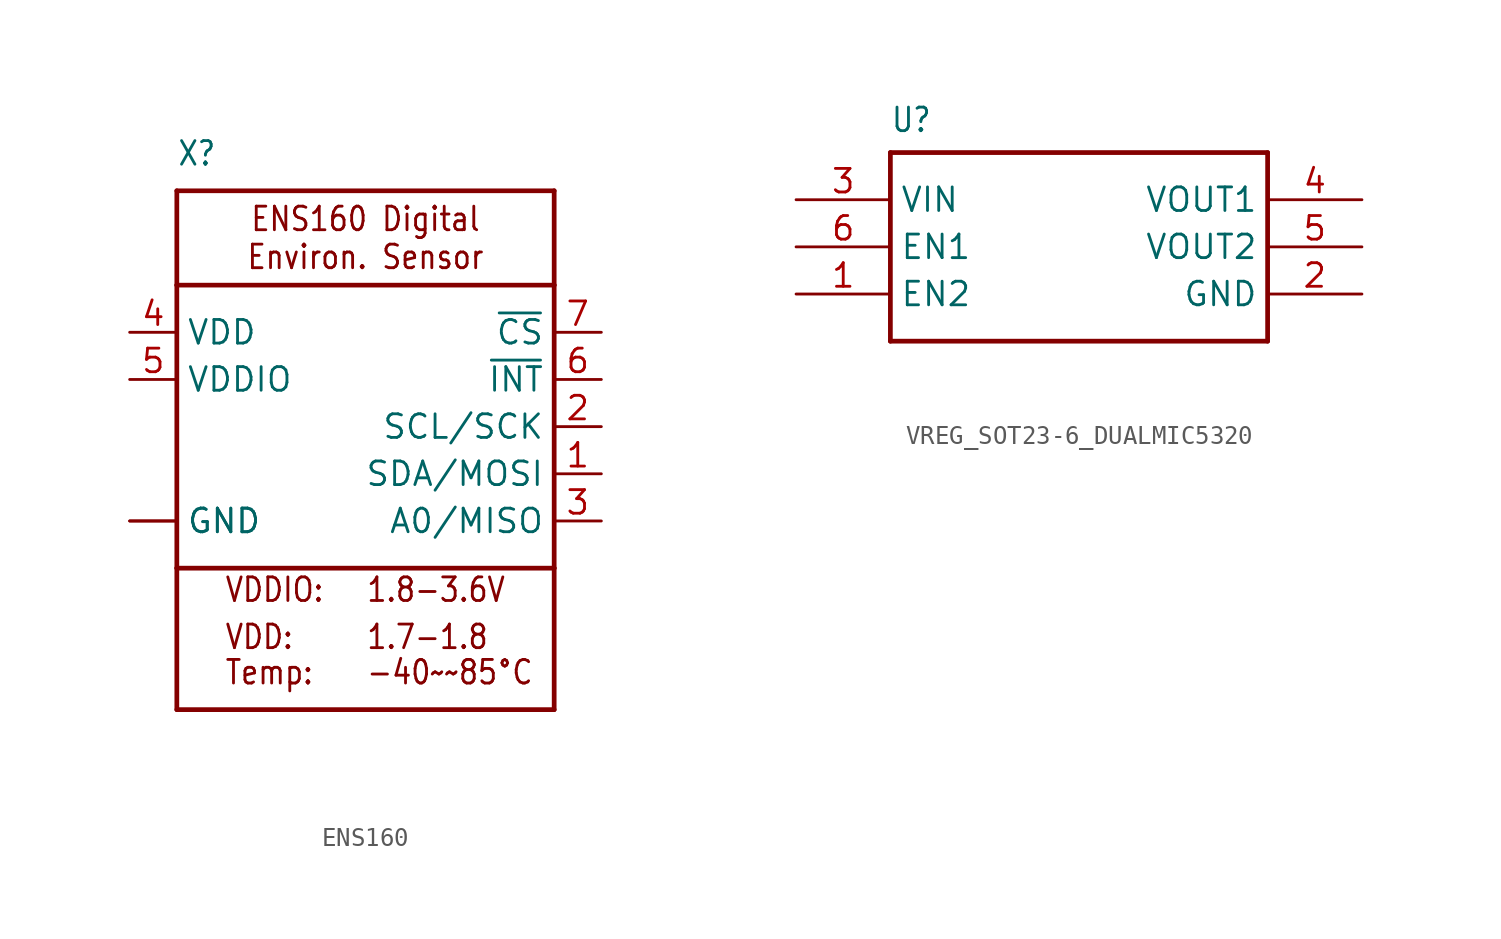
<source format=kicad_sym>
(kicad_symbol_lib
  (version 20220914)
  (generator kicad_symbol_editor)
  (symbol "ENS160"
    (property "Reference" "X"
      (at -10.16 13.97 0)
      (effects (font (size 1.27 1.079)) (justify left bottom)))
    (property "Value" ""
      (at -10.16 -17.78 0)
      (effects (font (size 1.27 1.079)) (justify left bottom)))
    (property "ki_locked" ""
      (at 0 0 0)
      (effects (font (size 1.27 1.27))))
    (symbol "ENS160_1_0"
      (polyline (pts (xy -10.16 -7.62) (xy -10.16 -15.24)) (stroke (width 0.254) (type solid)) (fill (type none)))
      (polyline (pts (xy -10.16 -7.62) (xy -10.16 7.62)) (stroke (width 0.254) (type solid)) (fill (type none)))
      (polyline (pts (xy -10.16 7.62) (xy 10.16 7.62)) (stroke (width 0.254) (type solid)) (fill (type none)))
      (polyline (pts (xy -10.16 12.7) (xy -10.16 7.62)) (stroke (width 0.254) (type solid)) (fill (type none)))
      (polyline (pts (xy -10.16 12.7) (xy 10.16 12.7)) (stroke (width 0.254) (type solid)) (fill (type none)))
      (polyline (pts (xy 10.16 -15.24) (xy -10.16 -15.24)) (stroke (width 0.254) (type solid)) (fill (type none)))
      (polyline (pts (xy 10.16 -7.62) (xy -10.16 -7.62)) (stroke (width 0.254) (type solid)) (fill (type none)))
      (polyline (pts (xy 10.16 -7.62) (xy 10.16 -15.24)) (stroke (width 0.254) (type solid)) (fill (type none)))
      (polyline (pts (xy 10.16 7.62) (xy 10.16 -7.62)) (stroke (width 0.254) (type solid)) (fill (type none)))
      (polyline (pts (xy 10.16 12.7) (xy 10.16 7.62)) (stroke (width 0.254) (type solid)) (fill (type none)))
      (text "-40~~85°C" (at 0 -13.97 0) (effects (font (size 1.27 1.079)) (justify left bottom)))
      (text "1.7-1.8" (at 0 -12.065 0) (effects (font (size 1.27 1.079)) (justify left bottom)))
      (text "1.8-3.6V" (at 0 -9.525 0) (effects (font (size 1.27 1.079)) (justify left bottom)))
      (text "ENS160 Digital\nEnviron. Sensor" (at 0 10.16 0) (effects (font (size 1.27 1.079))))
      (text "Temp:" (at -7.62 -13.97 0) (effects (font (size 1.27 1.079)) (justify left bottom)))
      (text "VDD:" (at -7.62 -12.065 0) (effects (font (size 1.27 1.079)) (justify left bottom)))
      (text "VDDIO:" (at -7.62 -9.525 0) (effects (font (size 1.27 1.079)) (justify left bottom)))
      (pin input line (at 12.7 -2.54 180) (length 2.54) (name "SDA/MOSI" (effects (font (size 1.27 1.27)))) (number "1" (effects (font (size 1.27 1.27)))))
      (pin input line (at 12.7 0 180) (length 2.54) (name "SCL/SCK" (effects (font (size 1.27 1.27)))) (number "2" (effects (font (size 1.27 1.27)))))
      (pin output line (at 12.7 -5.08 180) (length 2.54) (name "A0/MISO" (effects (font (size 1.27 1.27)))) (number "3" (effects (font (size 1.27 1.27)))))
      (pin power_in line (at -12.7 5.08 0) (length 2.54) (name "VDD" (effects (font (size 1.27 1.27)))) (number "4" (effects (font (size 1.27 1.27)))))
      (pin power_in line (at -12.7 2.54 0) (length 2.54) (name "VDDIO" (effects (font (size 1.27 1.27)))) (number "5" (effects (font (size 1.27 1.27)))))
      (pin output line (at 12.7 2.54 180) (length 2.54) (name "~{INT}" (effects (font (size 1.27 1.27)))) (number "6" (effects (font (size 1.27 1.27)))))
      (pin input line (at 12.7 5.08 180) (length 2.54) (name "~{CS}" (effects (font (size 1.27 1.27)))) (number "7" (effects (font (size 1.27 1.27)))))
      (pin power_in line (at -12.7 -5.08 0) (length 2.54) (name "GND" (effects (font (size 1.27 1.27)))) (number "8" (effects (font (size 0 0)))))
      (pin power_in line (at -12.7 -5.08 0) (length 2.54) (name "GND" (effects (font (size 1.27 1.27)))) (number "9" (effects (font (size 0 0)))))))
  (symbol "VREG_SOT23-6_DUALMIC5320"
    (property "Reference" "U"
      (at -10.16 6.096 0)
      (effects (font (size 1.27 1.079)) (justify left bottom)))
    (property "Value" ""
      (at -10.16 -7.62 0)
      (effects (font (size 1.27 1.079)) (justify left bottom)))
    (property "ki_locked" ""
      (at 0 0 0)
      (effects (font (size 1.27 1.27))))
    (symbol "VREG_SOT23-6_DUALMIC5320_1_0"
      (polyline (pts (xy -10.16 -5.08) (xy -10.16 5.08)) (stroke (width 0.254) (type solid)) (fill (type none)))
      (polyline (pts (xy -10.16 5.08) (xy 10.16 5.08)) (stroke (width 0.254) (type solid)) (fill (type none)))
      (polyline (pts (xy 10.16 -5.08) (xy -10.16 -5.08)) (stroke (width 0.254) (type solid)) (fill (type none)))
      (polyline (pts (xy 10.16 5.08) (xy 10.16 -5.08)) (stroke (width 0.254) (type solid)) (fill (type none)))
      (pin bidirectional line (at -15.24 -2.54 0) (length 5.08) (name "EN2" (effects (font (size 1.27 1.27)))) (number "1" (effects (font (size 1.27 1.27)))))
      (pin bidirectional line (at 15.24 -2.54 180) (length 5.08) (name "GND" (effects (font (size 1.27 1.27)))) (number "2" (effects (font (size 1.27 1.27)))))
      (pin bidirectional line (at -15.24 2.54 0) (length 5.08) (name "VIN" (effects (font (size 1.27 1.27)))) (number "3" (effects (font (size 1.27 1.27)))))
      (pin bidirectional line (at 15.24 2.54 180) (length 5.08) (name "VOUT1" (effects (font (size 1.27 1.27)))) (number "4" (effects (font (size 1.27 1.27)))))
      (pin bidirectional line (at 15.24 0 180) (length 5.08) (name "VOUT2" (effects (font (size 1.27 1.27)))) (number "5" (effects (font (size 1.27 1.27)))))
      (pin bidirectional line (at -15.24 0 0) (length 5.08) (name "EN1" (effects (font (size 1.27 1.27)))) (number "6" (effects (font (size 1.27 1.27))))))))
</source>
